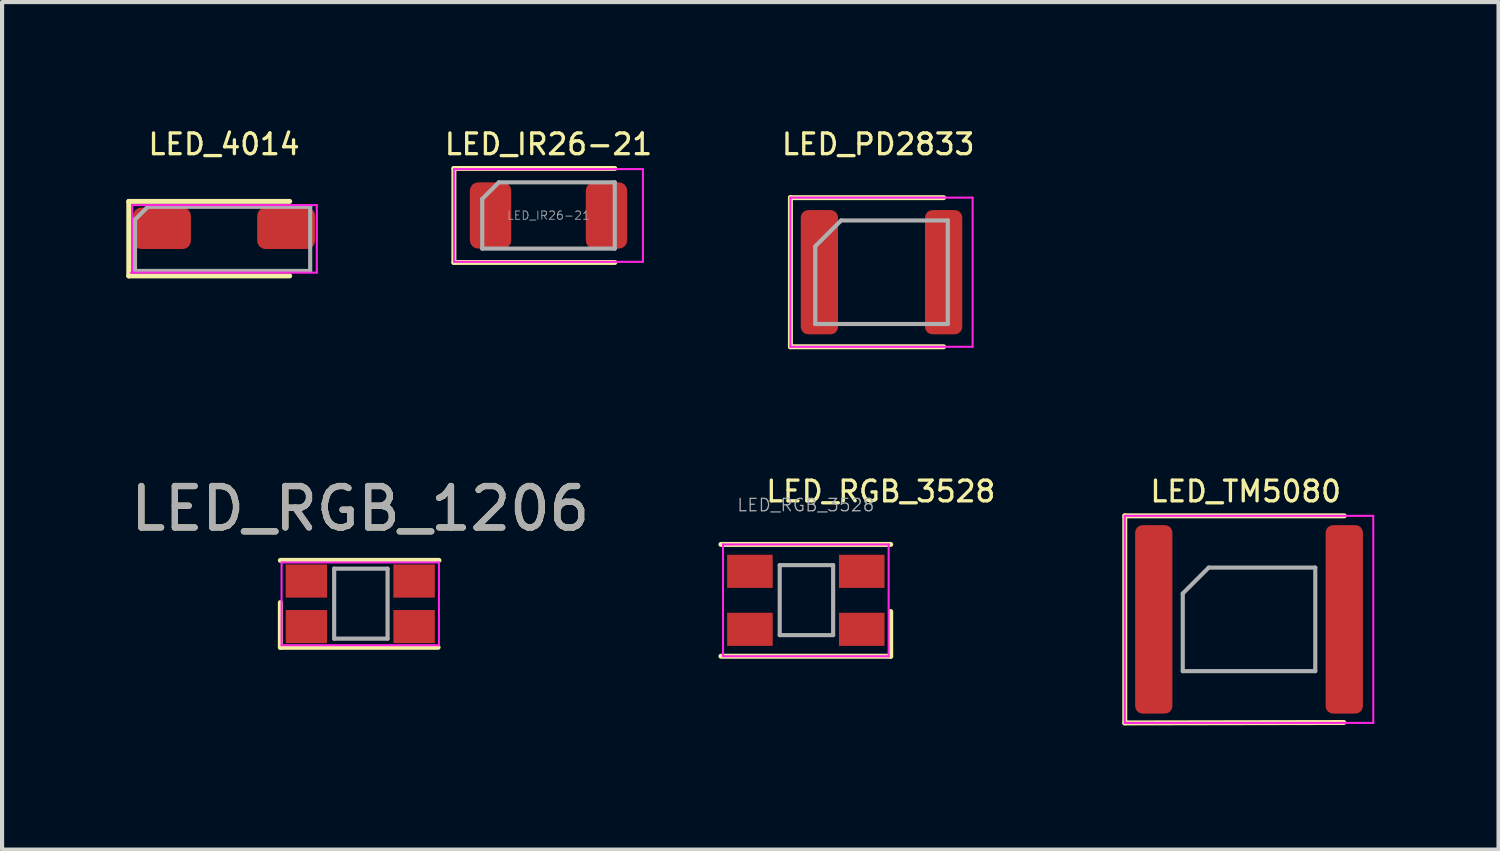
<source format=kicad_pcb>
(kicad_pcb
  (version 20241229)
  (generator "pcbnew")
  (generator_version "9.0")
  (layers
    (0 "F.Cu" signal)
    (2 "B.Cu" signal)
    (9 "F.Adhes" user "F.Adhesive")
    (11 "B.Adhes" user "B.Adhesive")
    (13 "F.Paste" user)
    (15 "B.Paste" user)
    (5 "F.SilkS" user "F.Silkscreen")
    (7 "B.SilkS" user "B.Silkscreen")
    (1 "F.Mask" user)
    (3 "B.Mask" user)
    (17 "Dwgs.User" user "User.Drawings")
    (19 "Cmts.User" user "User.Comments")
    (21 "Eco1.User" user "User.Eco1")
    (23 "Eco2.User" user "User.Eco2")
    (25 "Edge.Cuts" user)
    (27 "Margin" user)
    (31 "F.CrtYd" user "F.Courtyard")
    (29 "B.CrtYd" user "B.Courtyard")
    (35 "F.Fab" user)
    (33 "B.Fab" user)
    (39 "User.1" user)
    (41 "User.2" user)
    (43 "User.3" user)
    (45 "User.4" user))
  (footprint "LED_IR26-21"
    (layer "F.Cu")
    (at 10.195 2.153)
    (property "Reference" "LED_IR26-21" (at 0 -1.72 0) (layer "F.SilkS") (effects (font (size 0.5 0.5) (thickness 0.08))))
    (attr smd)
    (fp_line (start -2.285 -1.135) (end -2.285 1.135) (stroke (width 0.12) (type solid)) (layer "F.SilkS"))
    (fp_line (start -2.285 1.135) (end 1.6 1.135) (stroke (width 0.12) (type solid)) (layer "F.SilkS"))
    (fp_line (start 1.6 -1.135) (end -2.285 -1.135) (stroke (width 0.12) (type solid)) (layer "F.SilkS"))
    (fp_line (start -2.28 -1.12) (end 2.28 -1.12) (stroke (width 0.05) (type solid)) (layer "F.CrtYd"))
    (fp_line (start -2.28 1.12) (end -2.28 -1.12) (stroke (width 0.05) (type solid)) (layer "F.CrtYd"))
    (fp_line (start 2.28 -1.12) (end 2.28 1.12) (stroke (width 0.05) (type solid)) (layer "F.CrtYd"))
    (fp_line (start 2.28 1.12) (end -2.28 1.12) (stroke (width 0.05) (type solid)) (layer "F.CrtYd"))
    (fp_line (start -1.6 -0.4) (end -1.6 0.8) (stroke (width 0.1) (type solid)) (layer "F.Fab"))
    (fp_line (start -1.6 0.8) (end 1.6 0.8) (stroke (width 0.1) (type solid)) (layer "F.Fab"))
    (fp_line (start -1.2 -0.8) (end -1.6 -0.4) (stroke (width 0.1) (type solid)) (layer "F.Fab"))
    (fp_line (start 1.6 -0.8) (end -1.2 -0.8) (stroke (width 0.1) (type solid)) (layer "F.Fab"))
    (fp_line (start 1.6 0.8) (end 1.6 -0.8) (stroke (width 0.1) (type solid)) (layer "F.Fab"))
    (fp_text user "${REFERENCE}" (at 0 0 0) (layer "F.Fab") (effects (font (size 0.2 0.2) (thickness 0.02))))
    (pad "1" smd roundrect (at -1.4 0) (size 1 1.6) (layers "F.Cu" "F.Mask" "F.Paste") (roundrect_rratio 0.2))
    (pad "2" smd roundrect (at 1.4 0) (size 1 1.6) (layers "F.Cu" "F.Mask" "F.Paste") (roundrect_rratio 0.2)))
  (footprint "LED_4014"
    (layer "F.Cu")
    (at 2.36 2.713)
    (property "Reference" "LED_4014" (at 0 -2.28 0) (layer "F.SilkS") (effects (font (size 0.5 0.5) (thickness 0.08))))
    (attr smd)
    (fp_line (start -2.3 -0.9) (end -2.3 0.9) (stroke (width 0.12) (type solid)) (layer "F.SilkS"))
    (fp_line (start -2.3 0.9) (end 1.585 0.9) (stroke (width 0.12) (type solid)) (layer "F.SilkS"))
    (fp_line (start 1.585 -0.9) (end -2.3 -0.9) (stroke (width 0.12) (type solid)) (layer "F.SilkS"))
    (fp_line (start -2.22 -0.81) (end 2.24 -0.81) (stroke (width 0.05) (type solid)) (layer "F.CrtYd"))
    (fp_line (start -2.22 0.82) (end -2.22 -0.81) (stroke (width 0.05) (type solid)) (layer "F.CrtYd"))
    (fp_line (start 2.24 -0.81) (end 2.24 0.82) (stroke (width 0.05) (type solid)) (layer "F.CrtYd"))
    (fp_line (start 2.24 0.82) (end -2.25 0.82) (stroke (width 0.05) (type solid)) (layer "F.CrtYd"))
    (fp_line (start -2.15 -0.46) (end -2.15 0.78) (stroke (width 0.1) (type solid)) (layer "F.Fab"))
    (fp_line (start -2.15 0.78) (end 2.08 0.78) (stroke (width 0.1) (type solid)) (layer "F.Fab"))
    (fp_line (start -1.84 -0.77) (end -2.15 -0.46) (stroke (width 0.1) (type solid)) (layer "F.Fab"))
    (fp_line (start 2.08 -0.77) (end -1.84 -0.77) (stroke (width 0.1) (type solid)) (layer "F.Fab"))
    (fp_line (start 2.08 0.78) (end 2.08 -0.77) (stroke (width 0.1) (type solid)) (layer "F.Fab"))
    (pad "1" smd roundrect (at -1.5 -0.25) (size 1.4 1) (layers "F.Cu" "F.Mask" "F.Paste") (roundrect_rratio 0.2))
    (pad "2" smd roundrect (at 1.5 -0.25) (size 1.4 1) (layers "F.Cu" "F.Mask" "F.Paste") (roundrect_rratio 0.2)))
  (footprint "LED_TM5080"
    (layer "F.Cu")
    (at 27.11 11.906)
    (property "Reference" "LED_TM5080" (at -0.08 -3.09 0) (layer "F.SilkS") (effects (font (size 0.5 0.5) (thickness 0.08))))
    (attr smd)
    (fp_line (start -3 -2.5) (end -3 2.5) (stroke (width 0.12) (type solid)) (layer "F.SilkS"))
    (fp_line (start -3 2.5) (end 2.29 2.49) (stroke (width 0.12) (type solid)) (layer "F.SilkS"))
    (fp_line (start 2.3 -2.5) (end -3 -2.5) (stroke (width 0.12) (type solid)) (layer "F.SilkS"))
    (fp_line (start -3 -2.5) (end 3 -2.5) (stroke (width 0.05) (type solid)) (layer "F.CrtYd"))
    (fp_line (start -3 2.5) (end -3 -2.5) (stroke (width 0.05) (type solid)) (layer "F.CrtYd"))
    (fp_line (start 3 -2.5) (end 3 2.5) (stroke (width 0.05) (type solid)) (layer "F.CrtYd"))
    (fp_line (start 3 2.5) (end -3 2.5) (stroke (width 0.05) (type solid)) (layer "F.CrtYd"))
    (fp_line (start -1.6 -0.625) (end -1.6 1.25) (stroke (width 0.1) (type solid)) (layer "F.Fab"))
    (fp_line (start -1.6 1.25) (end 1.6 1.25) (stroke (width 0.1) (type solid)) (layer "F.Fab"))
    (fp_line (start -0.975 -1.25) (end -1.6 -0.625) (stroke (width 0.1) (type solid)) (layer "F.Fab"))
    (fp_line (start 1.6 -1.25) (end -0.975 -1.25) (stroke (width 0.1) (type solid)) (layer "F.Fab"))
    (fp_line (start 1.6 1.25) (end 1.6 -1.25) (stroke (width 0.1) (type solid)) (layer "F.Fab"))
    (pad "1" smd roundrect (at -2.3 0) (size 0.9 4.55) (layers "F.Cu" "F.Mask" "F.Paste") (roundrect_rratio 0.2))
    (pad "2" smd roundrect (at 2.3 0) (size 0.9 4.55) (layers "F.Cu" "F.Mask" "F.Paste") (roundrect_rratio 0.2)))
  (footprint "LED_PD2833"
    (layer "F.Cu")
    (at 18.236 3.523)
    (property "Reference" "LED_PD2833" (at -0.08 -3.09 0) (layer "F.SilkS") (effects (font (size 0.5 0.5) (thickness 0.08))))
    (attr smd)
    (fp_line (start -2.2 -1.8) (end -2.2 1.8) (stroke (width 0.12) (type solid)) (layer "F.SilkS"))
    (fp_line (start -2.2 1.8) (end 1.5 1.8) (stroke (width 0.12) (type solid)) (layer "F.SilkS"))
    (fp_line (start 1.5 -1.8) (end -2.2 -1.8) (stroke (width 0.12) (type solid)) (layer "F.SilkS"))
    (fp_line (start -2.2 -1.8) (end 2.2 -1.8) (stroke (width 0.05) (type solid)) (layer "F.CrtYd"))
    (fp_line (start -2.2 1.8) (end -2.2 -1.8) (stroke (width 0.05) (type solid)) (layer "F.CrtYd"))
    (fp_line (start 2.2 -1.8) (end 2.2 1.8) (stroke (width 0.05) (type solid)) (layer "F.CrtYd"))
    (fp_line (start 2.2 1.8) (end -2.2 1.8) (stroke (width 0.05) (type solid)) (layer "F.CrtYd"))
    (fp_line (start -1.6 -0.625) (end -1.6 1.25) (stroke (width 0.1) (type solid)) (layer "F.Fab"))
    (fp_line (start -1.6 1.25) (end 1.6 1.25) (stroke (width 0.1) (type solid)) (layer "F.Fab"))
    (fp_line (start -0.975 -1.25) (end -1.6 -0.625) (stroke (width 0.1) (type solid)) (layer "F.Fab"))
    (fp_line (start 1.6 -1.25) (end -0.975 -1.25) (stroke (width 0.1) (type solid)) (layer "F.Fab"))
    (fp_line (start 1.6 1.25) (end 1.6 -1.25) (stroke (width 0.1) (type solid)) (layer "F.Fab"))
    (pad "1" smd roundrect (at -1.5 0) (size 0.9 3) (layers "F.Cu" "F.Mask" "F.Paste") (roundrect_rratio 0.2))
    (pad "2" smd roundrect (at 1.5 0) (size 0.9 3) (layers "F.Cu" "F.Mask" "F.Paste") (roundrect_rratio 0.2)))
  (footprint "LED_RGB_3528"
    (layer "F.Cu")
    (at 16.408 11.446)
    (property "Reference" "LED_RGB_3528" (at 1.81 -2.63 0) (layer "F.SilkS") (effects (font (size 0.5 0.5) (thickness 0.08))))
    (attr smd)
    (fp_line (start 2.05 -1.35) (end -2.05 -1.35) (stroke (width 0.12) (type solid)) (layer "F.SilkS"))
    (fp_line (start 2.05 1.35) (end -2.05 1.35) (stroke (width 0.12) (type solid)) (layer "F.SilkS"))
    (fp_line (start 2.05 1.35) (end 2.05 0.27) (stroke (width 0.12) (type solid)) (layer "F.SilkS"))
    (fp_line (start -2 -1.35) (end -2 1.35) (stroke (width 0.05) (type solid)) (layer "F.CrtYd"))
    (fp_line (start -2 1.35) (end 2 1.35) (stroke (width 0.05) (type solid)) (layer "F.CrtYd"))
    (fp_line (start 2 -1.35) (end -2 -1.35) (stroke (width 0.05) (type solid)) (layer "F.CrtYd"))
    (fp_line (start 2 1.35) (end 2 -1.35) (stroke (width 0.05) (type solid)) (layer "F.CrtYd"))
    (fp_line (start -0.63 -0.85) (end 0.66 -0.85) (stroke (width 0.1) (type solid)) (layer "F.Fab"))
    (fp_line (start -0.63 0.84) (end -0.63 -0.85) (stroke (width 0.1) (type solid)) (layer "F.Fab"))
    (fp_line (start 0.66 -0.85) (end 0.66 0.84) (stroke (width 0.1) (type solid)) (layer "F.Fab"))
    (fp_line (start 0.66 0.84) (end -0.63 0.84) (stroke (width 0.1) (type solid)) (layer "F.Fab"))
    (fp_text user "${REFERENCE}" (at 0 -2.3 0) (layer "F.Fab") (effects (font (size 0.3 0.3) (thickness 0.03))))
    (pad "1" smd rect (at 1.35 0.7 180) (size 1.1 0.8) (layers "F.Cu" "F.Mask" "F.Paste"))
    (pad "2" smd rect (at -1.35 0.7 180) (size 1.1 0.8) (layers "F.Cu" "F.Mask" "F.Paste"))
    (pad "3" smd rect (at -1.35 -0.7 180) (size 1.1 0.8) (layers "F.Cu" "F.Mask" "F.Paste"))
    (pad "4" smd rect (at 1.35 -0.7 180) (size 1.1 0.8) (layers "F.Cu" "F.Mask" "F.Paste")))
  (footprint "LED_RGB_1206"
    (layer "F.Cu")
    (at 5.649 11.531)
    (property "Reference" "LED_RGB_1206" (at 0 -2.3 0) (layer "F.SilkS") (effects (font (size 1 1) (thickness 0.15))))
    (attr smd)
    (fp_line (start -1.93 1.05) (end -1.93 -0.03) (stroke (width 0.12) (type solid)) (layer "F.SilkS"))
    (fp_line (start 1.88 1.05) (end -1.93 1.05) (stroke (width 0.12) (type solid)) (layer "F.SilkS"))
    (fp_line (start 1.9 -1.05) (end -1.93 -1.05) (stroke (width 0.12) (type solid)) (layer "F.SilkS"))
    (fp_line (start -1.9 -1) (end -1.9 1) (stroke (width 0.05) (type solid)) (layer "F.CrtYd"))
    (fp_line (start -1.9 1) (end 1.9 1) (stroke (width 0.05) (type solid)) (layer "F.CrtYd"))
    (fp_line (start 1.9 -1) (end -1.9 -1) (stroke (width 0.05) (type solid)) (layer "F.CrtYd"))
    (fp_line (start 1.9 1) (end 1.9 -1) (stroke (width 0.05) (type solid)) (layer "F.CrtYd"))
    (fp_line (start -0.63 -0.85) (end 0.66 -0.85) (stroke (width 0.1) (type solid)) (layer "F.Fab"))
    (fp_line (start -0.63 0.84) (end -0.63 -0.85) (stroke (width 0.1) (type solid)) (layer "F.Fab"))
    (fp_line (start 0.66 -0.85) (end 0.66 0.84) (stroke (width 0.1) (type solid)) (layer "F.Fab"))
    (fp_line (start 0.66 0.84) (end -0.63 0.84) (stroke (width 0.1) (type solid)) (layer "F.Fab"))
    (fp_text user "${REFERENCE}" (at 0 -2.3 0) (layer "F.Fab") (effects (font (size 1 1) (thickness 0.15))))
    (pad "1" smd rect (at 1.3 0.55 180) (size 1 0.8) (layers "F.Cu" "F.Mask" "F.Paste"))
    (pad "2" smd rect (at -1.3 0.55 180) (size 1 0.8) (layers "F.Cu" "F.Mask" "F.Paste"))
    (pad "3" smd rect (at -1.3 -0.55 180) (size 1 0.8) (layers "F.Cu" "F.Mask" "F.Paste"))
    (pad "4" smd rect (at 1.3 -0.55 180) (size 1 0.8) (layers "F.Cu" "F.Mask" "F.Paste")))
  (gr_rect
    (start -3 -3)
    (end 33.135 17.466)
    (stroke (width 0.1) (type default))
    (fill no)
    (layer "Edge.Cuts")))
</source>
